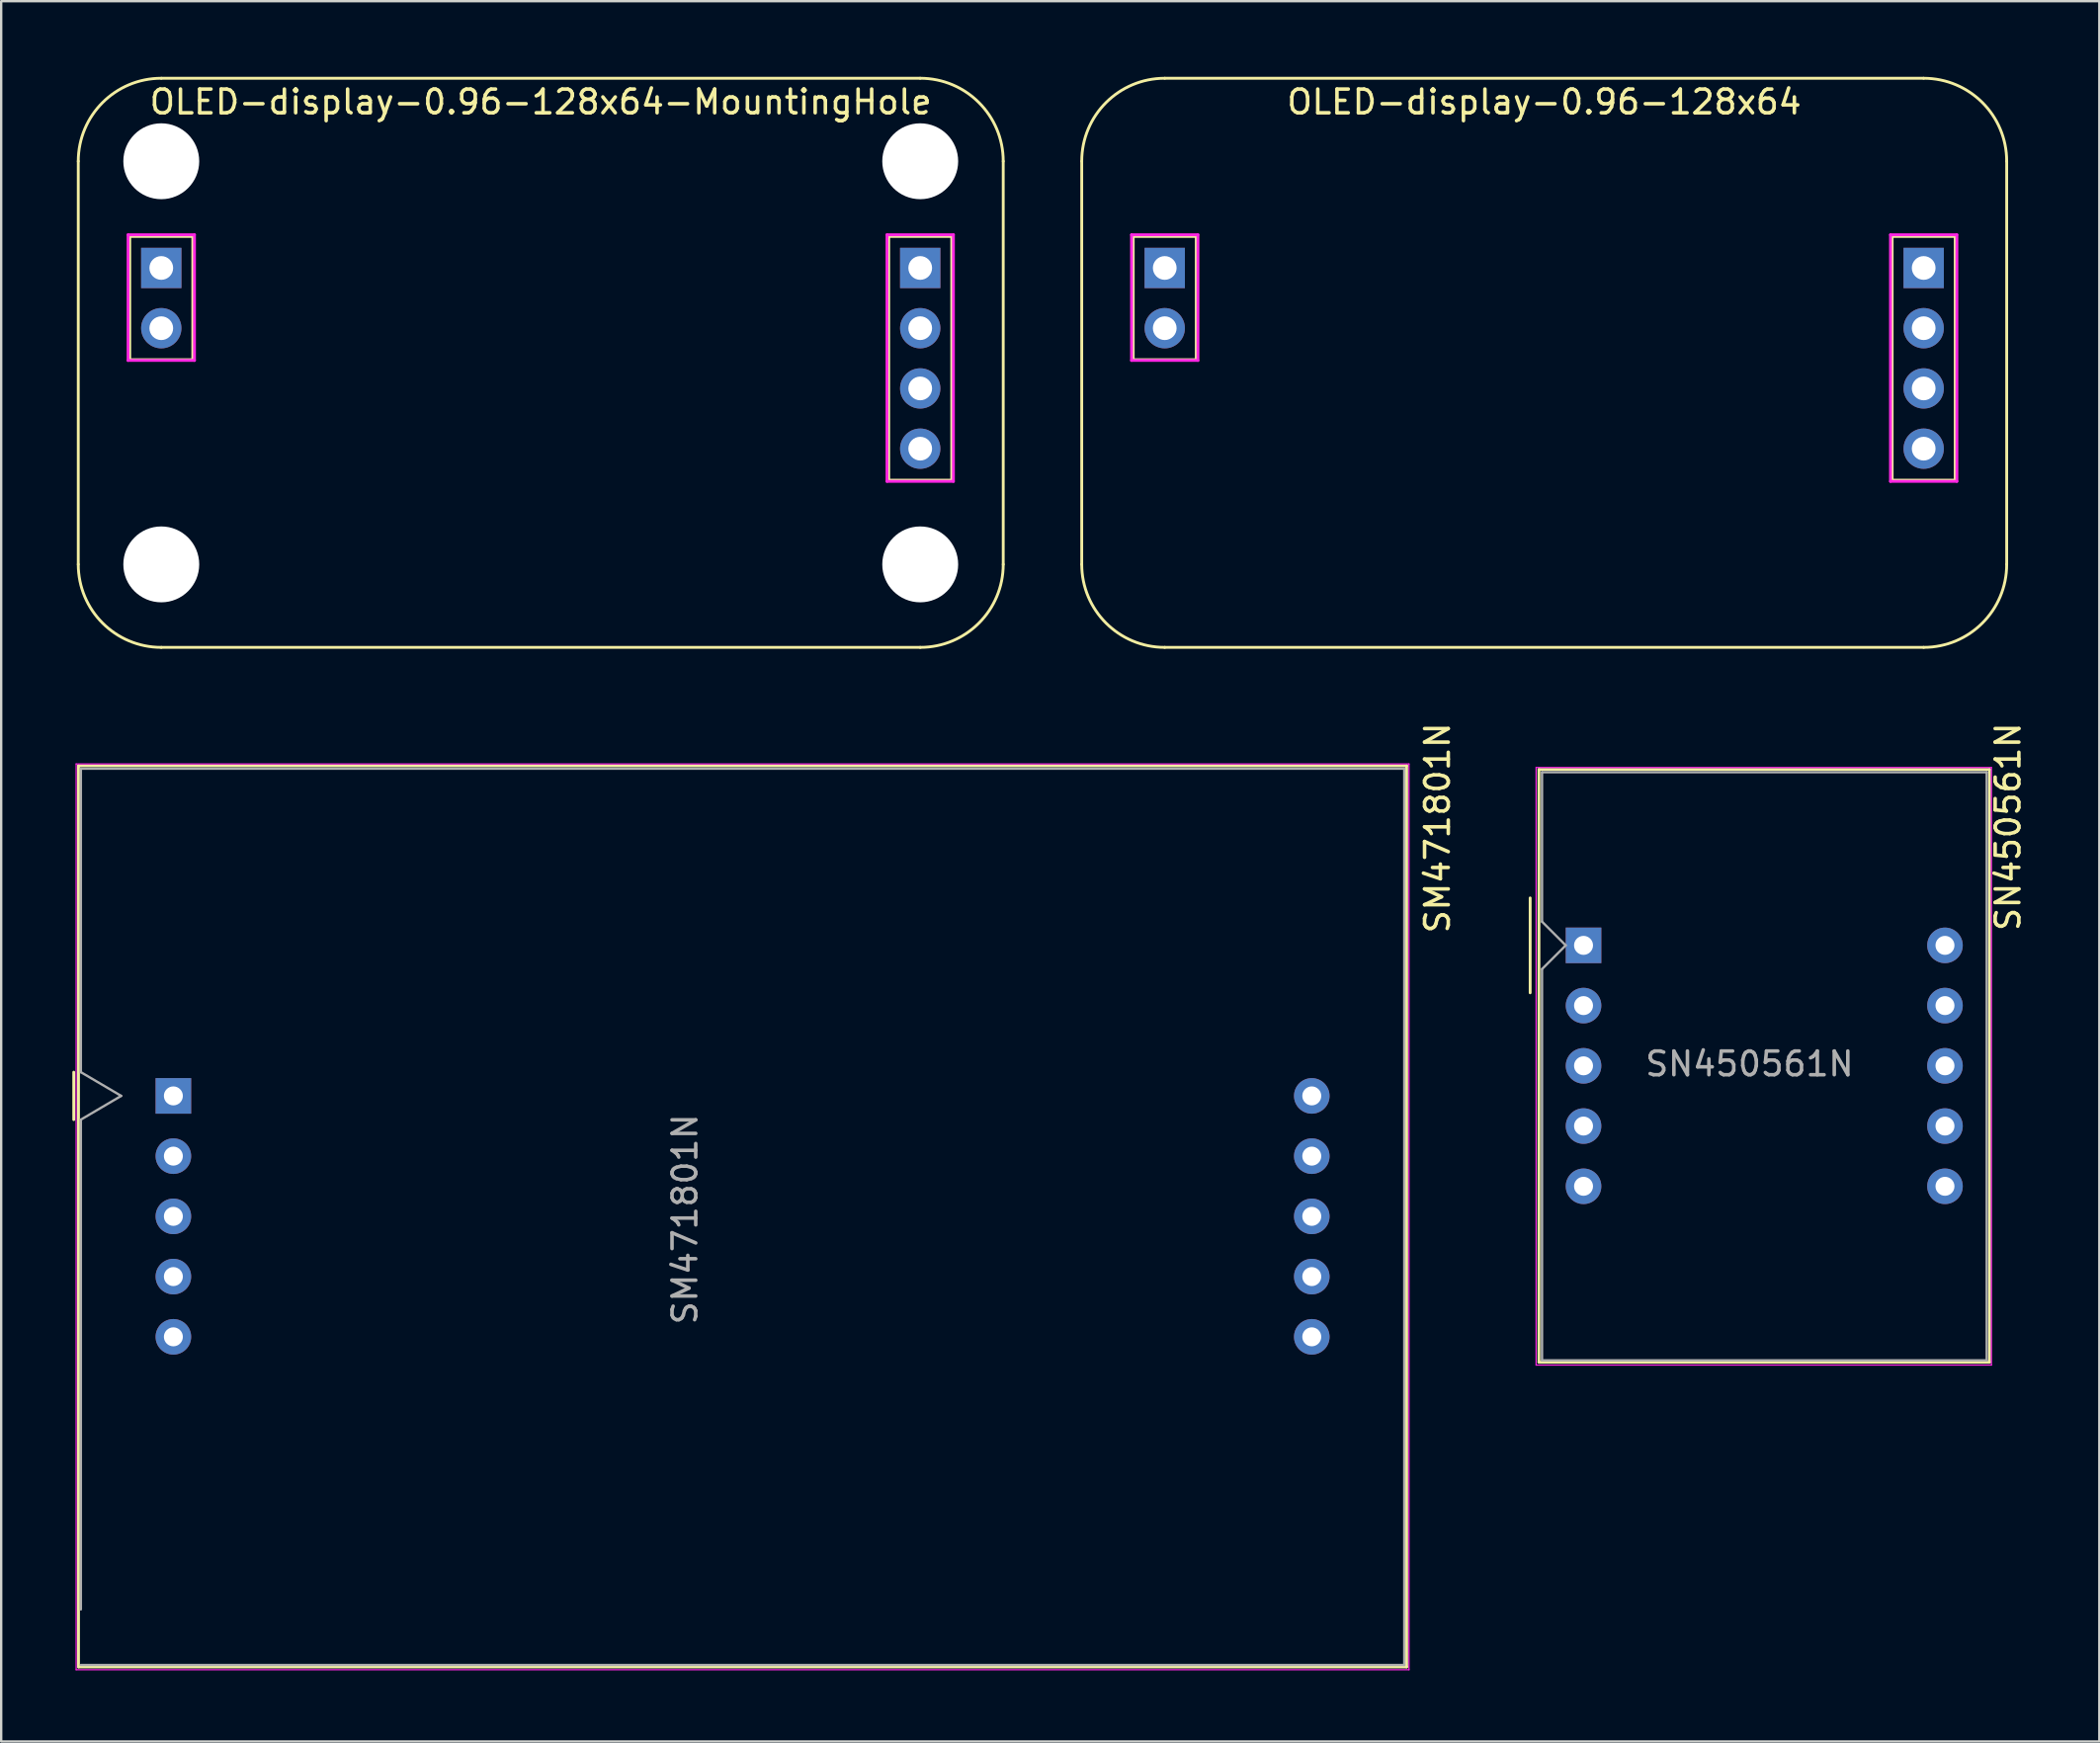
<source format=kicad_pcb>
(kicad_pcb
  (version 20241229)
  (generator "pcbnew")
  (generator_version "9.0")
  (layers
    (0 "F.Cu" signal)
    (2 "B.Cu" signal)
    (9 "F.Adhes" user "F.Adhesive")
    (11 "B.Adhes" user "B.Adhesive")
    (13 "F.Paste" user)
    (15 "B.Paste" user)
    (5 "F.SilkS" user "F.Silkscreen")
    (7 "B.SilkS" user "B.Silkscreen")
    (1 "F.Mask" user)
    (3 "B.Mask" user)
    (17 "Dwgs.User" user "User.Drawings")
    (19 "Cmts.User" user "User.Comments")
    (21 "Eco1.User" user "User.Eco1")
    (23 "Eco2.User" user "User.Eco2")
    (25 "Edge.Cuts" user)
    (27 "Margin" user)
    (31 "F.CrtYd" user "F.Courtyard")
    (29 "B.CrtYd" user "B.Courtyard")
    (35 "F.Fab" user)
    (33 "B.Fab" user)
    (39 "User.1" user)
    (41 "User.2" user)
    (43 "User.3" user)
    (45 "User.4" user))
  (footprint "SN450561N"
    (layer "F.Cu")
    (at 63.718 36.816)
    (property "Reference" "SN450561N" (at 17.9 -5 270) (layer "F.SilkS") (effects (font (size 1 1) (thickness 0.15))))
    (attr through_hole)
    (fp_line (start -2.25 -2) (end -2.25 2) (stroke (width 0.12) (type solid)) (layer "F.SilkS"))
    (fp_line (start -1.88 -7.42) (end 17.12 -7.42) (stroke (width 0.12) (type solid)) (layer "F.SilkS"))
    (fp_line (start -1.88 17.58) (end -1.88 -7.42) (stroke (width 0.12) (type solid)) (layer "F.SilkS"))
    (fp_line (start 17.12 -7.42) (end 17.12 17.58) (stroke (width 0.12) (type solid)) (layer "F.SilkS"))
    (fp_line (start 17.12 17.58) (end -1.88 17.58) (stroke (width 0.12) (type solid)) (layer "F.SilkS"))
    (fp_line (start -2 -7.5) (end 17.2 -7.5) (stroke (width 0.05) (type solid)) (layer "F.CrtYd"))
    (fp_line (start -2 17.7) (end -2 -7.5) (stroke (width 0.05) (type solid)) (layer "F.CrtYd"))
    (fp_line (start 17.2 -7.5) (end 17.2 17.7) (stroke (width 0.05) (type solid)) (layer "F.CrtYd"))
    (fp_line (start 17.2 17.7) (end -2 17.7) (stroke (width 0.05) (type solid)) (layer "F.CrtYd"))
    (fp_line (start -1.75 -7.3) (end 17 -7.3) (stroke (width 0.1) (type solid)) (layer "F.Fab"))
    (fp_line (start -1.75 -1) (end -1.75 -7.3) (stroke (width 0.1) (type solid)) (layer "F.Fab"))
    (fp_line (start -1.75 1) (end -0.75 0) (stroke (width 0.1) (type solid)) (layer "F.Fab"))
    (fp_line (start -1.75 17.5) (end -1.75 1) (stroke (width 0.1) (type solid)) (layer "F.Fab"))
    (fp_line (start -0.75 0) (end -1.75 -1) (stroke (width 0.1) (type solid)) (layer "F.Fab"))
    (fp_line (start 17 -7.3) (end 17 17.5) (stroke (width 0.1) (type solid)) (layer "F.Fab"))
    (fp_line (start 17 17.5) (end -1.75 17.5) (stroke (width 0.1) (type solid)) (layer "F.Fab"))
    (fp_text user "${REFERENCE}" (at 7 5 0) (layer "F.Fab") (effects (font (size 1 1) (thickness 0.15))))
    (pad "1" thru_hole rect (at 0 0) (size 1.5 1.5) (drill 0.8) (layers "*.Cu" "*.Mask"))
    (pad "2" thru_hole circle (at 0 2.54) (size 1.5 1.5) (drill 0.8) (layers "*.Cu" "*.Mask"))
    (pad "3" thru_hole circle (at 0 5.08) (size 1.5 1.5) (drill 0.8) (layers "*.Cu" "*.Mask"))
    (pad "4" thru_hole circle (at 0 7.62) (size 1.5 1.5) (drill 0.8) (layers "*.Cu" "*.Mask"))
    (pad "5" thru_hole circle (at 0 10.16) (size 1.5 1.5) (drill 0.8) (layers "*.Cu" "*.Mask"))
    (pad "6" thru_hole circle (at 15.24 10.16) (size 1.5 1.5) (drill 0.8) (layers "*.Cu" "*.Mask"))
    (pad "7" thru_hole circle (at 15.24 7.62) (size 1.5 1.5) (drill 0.8) (layers "*.Cu" "*.Mask"))
    (pad "8" thru_hole circle (at 15.24 5.08) (size 1.5 1.5) (drill 0.8) (layers "*.Cu" "*.Mask"))
    (pad "9" thru_hole circle (at 15.24 2.54) (size 1.5 1.5) (drill 0.8) (layers "*.Cu" "*.Mask"))
    (pad "10" thru_hole circle (at 15.24 0) (size 1.5 1.5) (drill 0.8) (layers "*.Cu" "*.Mask")))
  (footprint "OLED-display-0.96-128x64-MountingHole"
    (layer "F.Cu")
    (at 0.25 0.25)
    (property "Reference" "OLED-display-0.96-128x64-MountingHole" (at 19.5 1 0) (layer "F.SilkS") (effects (font (size 1 1) (thickness 0.15))))
    (attr through_hole)
    (fp_line (start 0 3.5) (end 0 20.5) (stroke (width 0.12) (type solid)) (layer "F.SilkS"))
    (fp_line (start 2.17 6.67) (end 2.17 11.87) (stroke (width 0.12) (type solid)) (layer "F.SilkS"))
    (fp_line (start 2.17 6.67) (end 4.83 6.67) (stroke (width 0.12) (type solid)) (layer "F.SilkS"))
    (fp_line (start 2.17 11.87) (end 4.83 11.87) (stroke (width 0.12) (type solid)) (layer "F.SilkS"))
    (fp_line (start 3.5 0) (end 35.5 0) (stroke (width 0.12) (type solid)) (layer "F.SilkS"))
    (fp_line (start 3.5 24) (end 35.5 24) (stroke (width 0.12) (type solid)) (layer "F.SilkS"))
    (fp_line (start 4.83 6.67) (end 4.83 11.87) (stroke (width 0.12) (type solid)) (layer "F.SilkS"))
    (fp_line (start 34.17 6.67) (end 34.17 16.95) (stroke (width 0.12) (type solid)) (layer "F.SilkS"))
    (fp_line (start 34.17 6.67) (end 36.83 6.67) (stroke (width 0.12) (type solid)) (layer "F.SilkS"))
    (fp_line (start 34.17 16.95) (end 36.83 16.95) (stroke (width 0.12) (type solid)) (layer "F.SilkS"))
    (fp_line (start 36.83 6.67) (end 36.83 16.95) (stroke (width 0.12) (type solid)) (layer "F.SilkS"))
    (fp_line (start 39 3.5) (end 39 20.5) (stroke (width 0.12) (type solid)) (layer "F.SilkS"))
    (fp_arc (start 0 3.5) (mid 1.025126 1.025126) (end 3.5 0) (stroke (width 0.12) (type solid)) (layer "F.SilkS"))
    (fp_arc (start 3.5 24) (mid 1.025126 22.974874) (end 0 20.5) (stroke (width 0.12) (type solid)) (layer "F.SilkS"))
    (fp_arc (start 35.5 0) (mid 37.974874 1.025126) (end 39 3.5) (stroke (width 0.12) (type solid)) (layer "F.SilkS"))
    (fp_arc (start 39 20.5) (mid 37.974874 22.974874) (end 35.5 24) (stroke (width 0.12) (type solid)) (layer "F.SilkS"))
    (fp_line (start 2.1 6.6) (end 4.9 6.6) (stroke (width 0.12) (type solid)) (layer "F.CrtYd"))
    (fp_line (start 2.1 11.9) (end 2.1 6.6) (stroke (width 0.12) (type solid)) (layer "F.CrtYd"))
    (fp_line (start 4.9 6.6) (end 4.9 11.9) (stroke (width 0.12) (type solid)) (layer "F.CrtYd"))
    (fp_line (start 4.9 11.9) (end 2.1 11.9) (stroke (width 0.12) (type solid)) (layer "F.CrtYd"))
    (fp_line (start 34.1 6.6) (end 36.9 6.6) (stroke (width 0.12) (type solid)) (layer "F.CrtYd"))
    (fp_line (start 34.1 17) (end 34.1 6.6) (stroke (width 0.12) (type solid)) (layer "F.CrtYd"))
    (fp_line (start 36.9 6.6) (end 36.9 17) (stroke (width 0.12) (type solid)) (layer "F.CrtYd"))
    (fp_line (start 36.9 17) (end 34.1 17) (stroke (width 0.12) (type solid)) (layer "F.CrtYd"))
    (pad "" np_thru_hole circle (at 3.5 3.5) (size 3.2 3.2) (drill 3.2) (layers "*.Cu" "*.Mask"))
    (pad "" np_thru_hole circle (at 3.5 20.5) (size 3.2 3.2) (drill 3.2) (layers "*.Cu" "*.Mask"))
    (pad "" np_thru_hole circle (at 35.5 3.5) (size 3.2 3.2) (drill 3.2) (layers "*.Cu" "*.Mask"))
    (pad "" np_thru_hole circle (at 35.5 20.5) (size 3.2 3.2) (drill 3.2) (layers "*.Cu" "*.Mask"))
    (pad "1" thru_hole rect (at 35.5 8) (size 1.7 1.7) (drill 1) (layers "*.Cu" "*.Mask"))
    (pad "2" thru_hole oval (at 35.5 10.54) (size 1.7 1.7) (drill 1) (layers "*.Cu" "*.Mask"))
    (pad "3" thru_hole oval (at 35.5 13.08) (size 1.7 1.7) (drill 1) (layers "*.Cu" "*.Mask"))
    (pad "4" thru_hole oval (at 35.5 15.62) (size 1.7 1.7) (drill 1) (layers "*.Cu" "*.Mask"))
    (pad "5" thru_hole rect (at 3.5 8) (size 1.7 1.7) (drill 1) (layers "*.Cu" "*.Mask"))
    (pad "6" thru_hole oval (at 3.5 10.54) (size 1.7 1.7) (drill 1) (layers "*.Cu" "*.Mask")))
  (footprint "OLED-display-0.96-128x64"
    (layer "F.Cu")
    (at 42.56 0.25)
    (property "Reference" "OLED-display-0.96-128x64" (at 19.5 1 0) (layer "F.SilkS") (effects (font (size 1 1) (thickness 0.15))))
    (attr through_hole)
    (fp_line (start 0 3.5) (end 0 20.5) (stroke (width 0.12) (type solid)) (layer "F.SilkS"))
    (fp_line (start 2.17 6.67) (end 2.17 11.87) (stroke (width 0.12) (type solid)) (layer "F.SilkS"))
    (fp_line (start 2.17 6.67) (end 4.83 6.67) (stroke (width 0.12) (type solid)) (layer "F.SilkS"))
    (fp_line (start 2.17 11.87) (end 4.83 11.87) (stroke (width 0.12) (type solid)) (layer "F.SilkS"))
    (fp_line (start 3.5 0) (end 35.5 0) (stroke (width 0.12) (type solid)) (layer "F.SilkS"))
    (fp_line (start 3.5 24) (end 35.5 24) (stroke (width 0.12) (type solid)) (layer "F.SilkS"))
    (fp_line (start 4.83 6.67) (end 4.83 11.87) (stroke (width 0.12) (type solid)) (layer "F.SilkS"))
    (fp_line (start 34.17 6.67) (end 34.17 16.95) (stroke (width 0.12) (type solid)) (layer "F.SilkS"))
    (fp_line (start 34.17 6.67) (end 36.83 6.67) (stroke (width 0.12) (type solid)) (layer "F.SilkS"))
    (fp_line (start 34.17 16.95) (end 36.83 16.95) (stroke (width 0.12) (type solid)) (layer "F.SilkS"))
    (fp_line (start 36.83 6.67) (end 36.83 16.95) (stroke (width 0.12) (type solid)) (layer "F.SilkS"))
    (fp_line (start 39 3.5) (end 39 20.5) (stroke (width 0.12) (type solid)) (layer "F.SilkS"))
    (fp_arc (start 0 3.5) (mid 1.025126 1.025126) (end 3.5 0) (stroke (width 0.12) (type solid)) (layer "F.SilkS"))
    (fp_arc (start 3.5 24) (mid 1.025126 22.974874) (end 0 20.5) (stroke (width 0.12) (type solid)) (layer "F.SilkS"))
    (fp_arc (start 35.5 0) (mid 37.974874 1.025126) (end 39 3.5) (stroke (width 0.12) (type solid)) (layer "F.SilkS"))
    (fp_arc (start 39 20.5) (mid 37.974874 22.974874) (end 35.5 24) (stroke (width 0.12) (type solid)) (layer "F.SilkS"))
    (fp_line (start 2.1 6.6) (end 4.9 6.6) (stroke (width 0.12) (type solid)) (layer "F.CrtYd"))
    (fp_line (start 2.1 11.9) (end 2.1 6.6) (stroke (width 0.12) (type solid)) (layer "F.CrtYd"))
    (fp_line (start 4.9 6.6) (end 4.9 11.9) (stroke (width 0.12) (type solid)) (layer "F.CrtYd"))
    (fp_line (start 4.9 11.9) (end 2.1 11.9) (stroke (width 0.12) (type solid)) (layer "F.CrtYd"))
    (fp_line (start 34.1 6.6) (end 36.9 6.6) (stroke (width 0.12) (type solid)) (layer "F.CrtYd"))
    (fp_line (start 34.1 17) (end 34.1 6.6) (stroke (width 0.12) (type solid)) (layer "F.CrtYd"))
    (fp_line (start 36.9 6.6) (end 36.9 17) (stroke (width 0.12) (type solid)) (layer "F.CrtYd"))
    (fp_line (start 36.9 17) (end 34.1 17) (stroke (width 0.12) (type solid)) (layer "F.CrtYd"))
    (pad "1" thru_hole rect (at 35.5 8) (size 1.7 1.7) (drill 1) (layers "*.Cu" "*.Mask"))
    (pad "2" thru_hole oval (at 35.5 10.54) (size 1.7 1.7) (drill 1) (layers "*.Cu" "*.Mask"))
    (pad "3" thru_hole oval (at 35.5 13.08) (size 1.7 1.7) (drill 1) (layers "*.Cu" "*.Mask"))
    (pad "4" thru_hole oval (at 35.5 15.62) (size 1.7 1.7) (drill 1) (layers "*.Cu" "*.Mask"))
    (pad "5" thru_hole rect (at 3.5 8) (size 1.7 1.7) (drill 1) (layers "*.Cu" "*.Mask"))
    (pad "6" thru_hole oval (at 3.5 10.54) (size 1.7 1.7) (drill 1) (layers "*.Cu" "*.Mask")))
  (footprint "SM471801N"
    (layer "F.Cu")
    (at 4.26 43.164)
    (property "Reference" "SM471801N" (at 53.3 -11.3 270) (layer "F.SilkS") (effects (font (size 1 1) (thickness 0.15))))
    (attr through_hole)
    (fp_line (start -4.2 -1) (end -4.2 1) (stroke (width 0.12) (type solid)) (layer "F.SilkS"))
    (fp_line (start -4 -13.92) (end 52 -13.92) (stroke (width 0.12) (type solid)) (layer "F.SilkS"))
    (fp_line (start -4 24.08) (end -4 -13.92) (stroke (width 0.12) (type solid)) (layer "F.SilkS"))
    (fp_line (start 52 -13.92) (end 52 24.08) (stroke (width 0.12) (type solid)) (layer "F.SilkS"))
    (fp_line (start 52 24.08) (end -4 24.08) (stroke (width 0.12) (type solid)) (layer "F.SilkS"))
    (fp_line (start -4.1 -14) (end 52.1 -14) (stroke (width 0.05) (type solid)) (layer "F.CrtYd"))
    (fp_line (start -4.1 24.2) (end -4.1 -14) (stroke (width 0.05) (type solid)) (layer "F.CrtYd"))
    (fp_line (start 52.1 -14) (end 52.1 24.2) (stroke (width 0.05) (type solid)) (layer "F.CrtYd"))
    (fp_line (start 52.1 24.2) (end -4.1 24.2) (stroke (width 0.05) (type solid)) (layer "F.CrtYd"))
    (fp_line (start -3.9 -13.8) (end -3.9 -1) (stroke (width 0.1) (type solid)) (layer "F.Fab"))
    (fp_line (start -3.9 -1) (end -2.2 0) (stroke (width 0.1) (type solid)) (layer "F.Fab"))
    (fp_line (start -3.9 1) (end -3.9 21.655) (stroke (width 0.1) (type solid)) (layer "F.Fab"))
    (fp_line (start -3.9 24) (end 51.9 24) (stroke (width 0.1) (type solid)) (layer "F.Fab"))
    (fp_line (start -2.2 0) (end -3.9 1) (stroke (width 0.1) (type solid)) (layer "F.Fab"))
    (fp_line (start 51.9 -13.8) (end -3.9 -13.8) (stroke (width 0.1) (type solid)) (layer "F.Fab"))
    (fp_line (start 51.9 24) (end 51.9 -13.8) (stroke (width 0.1) (type solid)) (layer "F.Fab"))
    (fp_text user "${REFERENCE}" (at 21.57 5.2 270) (layer "F.Fab") (effects (font (size 1 1) (thickness 0.15))))
    (pad "1" thru_hole rect (at 0 0 270) (size 1.5 1.5) (drill 0.8) (layers "*.Cu" "*.Mask"))
    (pad "2" thru_hole circle (at 0 2.54 270) (size 1.5 1.5) (drill 0.8) (layers "*.Cu" "*.Mask"))
    (pad "3" thru_hole circle (at 0 5.08 270) (size 1.5 1.5) (drill 0.8) (layers "*.Cu" "*.Mask"))
    (pad "4" thru_hole circle (at 0 7.62 270) (size 1.5 1.5) (drill 0.8) (layers "*.Cu" "*.Mask"))
    (pad "5" thru_hole circle (at 0 10.16 270) (size 1.5 1.5) (drill 0.8) (layers "*.Cu" "*.Mask"))
    (pad "6" thru_hole circle (at 48 10.16 270) (size 1.5 1.5) (drill 0.8) (layers "*.Cu" "*.Mask"))
    (pad "7" thru_hole circle (at 48 7.62 270) (size 1.5 1.5) (drill 0.8) (layers "*.Cu" "*.Mask"))
    (pad "8" thru_hole circle (at 48 5.08 270) (size 1.5 1.5) (drill 0.8) (layers "*.Cu" "*.Mask"))
    (pad "9" thru_hole circle (at 48 2.54 270) (size 1.5 1.5) (drill 0.8) (layers "*.Cu" "*.Mask"))
    (pad "10" thru_hole circle (at 48 0 270) (size 1.5 1.5) (drill 0.8) (layers "*.Cu" "*.Mask")))
  (gr_rect
    (start -3 -3)
    (end 85.466 70.389)
    (stroke (width 0.1) (type default))
    (fill no)
    (layer "Edge.Cuts")))
</source>
